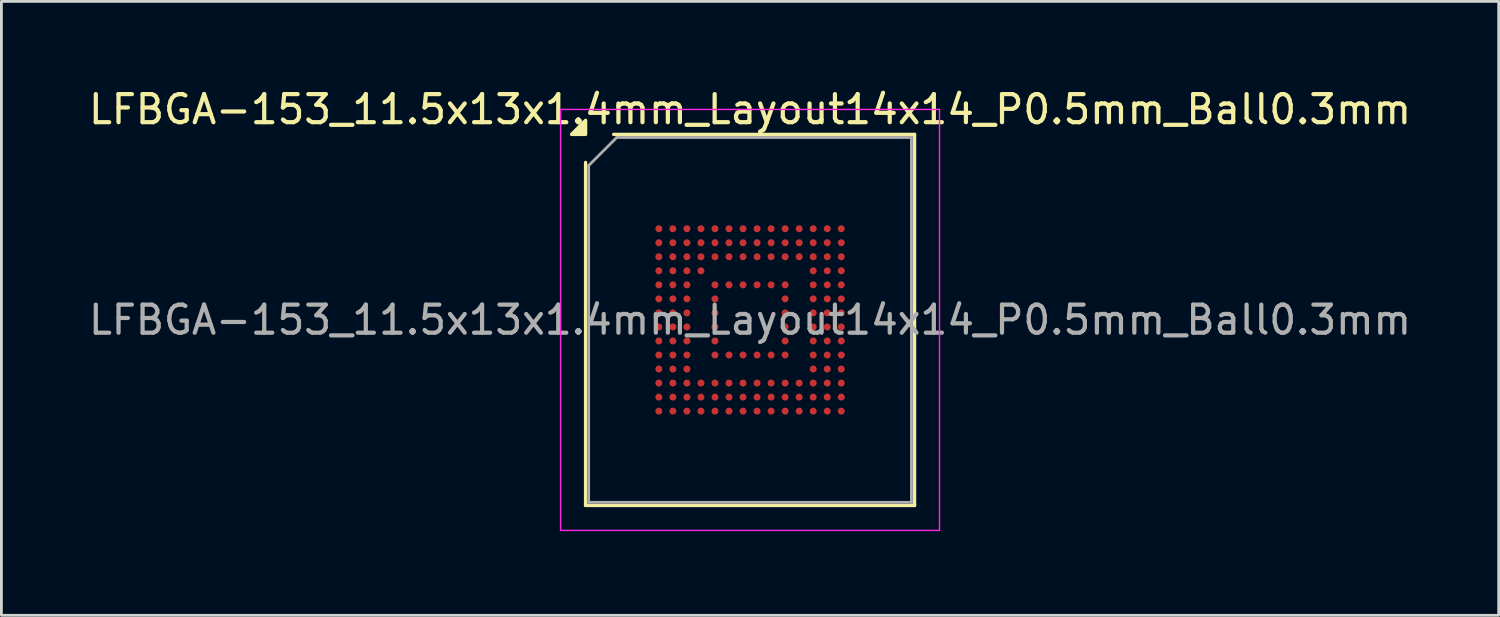
<source format=kicad_pcb>
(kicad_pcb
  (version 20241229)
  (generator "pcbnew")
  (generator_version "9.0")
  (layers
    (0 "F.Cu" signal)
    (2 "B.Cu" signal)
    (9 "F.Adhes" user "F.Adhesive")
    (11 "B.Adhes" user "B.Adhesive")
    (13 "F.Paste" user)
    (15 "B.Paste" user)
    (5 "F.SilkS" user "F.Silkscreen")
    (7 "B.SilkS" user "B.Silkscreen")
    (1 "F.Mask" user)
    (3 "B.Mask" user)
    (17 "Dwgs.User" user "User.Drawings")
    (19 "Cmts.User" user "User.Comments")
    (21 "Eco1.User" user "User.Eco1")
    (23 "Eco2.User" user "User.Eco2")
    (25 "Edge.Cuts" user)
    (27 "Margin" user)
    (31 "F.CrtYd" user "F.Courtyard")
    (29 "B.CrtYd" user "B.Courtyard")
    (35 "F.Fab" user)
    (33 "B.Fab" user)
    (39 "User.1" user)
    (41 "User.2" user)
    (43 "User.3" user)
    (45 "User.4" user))
  (footprint "LFBGA-153_11.5x13x1.4mm_Layout14x14_P0.5mm_Ball0.3mm"
    (layer "F.Cu")
    (at 23.673 8.348)
    (property "Reference" "LFBGA-153_11.5x13x1.4mm_Layout14x14_P0.5mm_Ball0.3mm" (at 0 -7.5 0) (layer "F.SilkS") (effects (font (size 1 1) (thickness 0.15))))
    (attr smd)
    (fp_line (start -5.86 6.61) (end -5.86 -5.61) (stroke (width 0.12) (type solid)) (layer "F.SilkS"))
    (fp_line (start -4.86 -6.61) (end 5.86 -6.61) (stroke (width 0.12) (type solid)) (layer "F.SilkS"))
    (fp_line (start 5.86 -6.61) (end 5.86 6.61) (stroke (width 0.12) (type solid)) (layer "F.SilkS"))
    (fp_line (start 5.86 6.61) (end -5.86 6.61) (stroke (width 0.12) (type solid)) (layer "F.SilkS"))
    (fp_poly (pts (xy -5.86 -6.61) (xy -6.36 -6.61) (xy -5.86 -7.11) (xy -5.86 -6.61)) (stroke (width 0.12) (type solid)) (fill yes) (layer "F.SilkS"))
    (fp_line (start -6.75 -7.5) (end -6.75 7.5) (stroke (width 0.05) (type solid)) (layer "F.CrtYd"))
    (fp_line (start -6.75 7.5) (end 6.75 7.5) (stroke (width 0.05) (type solid)) (layer "F.CrtYd"))
    (fp_line (start 6.75 -7.5) (end -6.75 -7.5) (stroke (width 0.05) (type solid)) (layer "F.CrtYd"))
    (fp_line (start 6.75 7.5) (end 6.75 -7.5) (stroke (width 0.05) (type solid)) (layer "F.CrtYd"))
    (fp_line (start -5.75 -5.5) (end -4.75 -6.5) (stroke (width 0.1) (type solid)) (layer "F.Fab"))
    (fp_line (start -5.75 6.5) (end -5.75 -5.5) (stroke (width 0.1) (type solid)) (layer "F.Fab"))
    (fp_line (start -4.75 -6.5) (end 5.75 -6.5) (stroke (width 0.1) (type solid)) (layer "F.Fab"))
    (fp_line (start 5.75 -6.5) (end 5.75 6.5) (stroke (width 0.1) (type solid)) (layer "F.Fab"))
    (fp_line (start 5.75 6.5) (end -5.75 6.5) (stroke (width 0.1) (type solid)) (layer "F.Fab"))
    (fp_text user "${REFERENCE}" (at 0 0 0) (layer "F.Fab") (effects (font (size 1 1) (thickness 0.15))))
    (pad "A1" smd circle (at -3.25 -3.25) (size 0.25 0.25) (property pad_prop_bga) (layers "F.Cu" "F.Mask" "F.Paste"))
    (pad "A2" smd circle (at -2.75 -3.25) (size 0.25 0.25) (property pad_prop_bga) (layers "F.Cu" "F.Mask" "F.Paste"))
    (pad "A3" smd circle (at -2.25 -3.25) (size 0.25 0.25) (property pad_prop_bga) (layers "F.Cu" "F.Mask" "F.Paste"))
    (pad "A4" smd circle (at -1.75 -3.25) (size 0.25 0.25) (property pad_prop_bga) (layers "F.Cu" "F.Mask" "F.Paste"))
    (pad "A5" smd circle (at -1.25 -3.25) (size 0.25 0.25) (property pad_prop_bga) (layers "F.Cu" "F.Mask" "F.Paste"))
    (pad "A6" smd circle (at -0.75 -3.25) (size 0.25 0.25) (property pad_prop_bga) (layers "F.Cu" "F.Mask" "F.Paste"))
    (pad "A7" smd circle (at -0.25 -3.25) (size 0.25 0.25) (property pad_prop_bga) (layers "F.Cu" "F.Mask" "F.Paste"))
    (pad "A8" smd circle (at 0.25 -3.25) (size 0.25 0.25) (property pad_prop_bga) (layers "F.Cu" "F.Mask" "F.Paste"))
    (pad "A9" smd circle (at 0.75 -3.25) (size 0.25 0.25) (property pad_prop_bga) (layers "F.Cu" "F.Mask" "F.Paste"))
    (pad "A10" smd circle (at 1.25 -3.25) (size 0.25 0.25) (property pad_prop_bga) (layers "F.Cu" "F.Mask" "F.Paste"))
    (pad "A11" smd circle (at 1.75 -3.25) (size 0.25 0.25) (property pad_prop_bga) (layers "F.Cu" "F.Mask" "F.Paste"))
    (pad "A12" smd circle (at 2.25 -3.25) (size 0.25 0.25) (property pad_prop_bga) (layers "F.Cu" "F.Mask" "F.Paste"))
    (pad "A13" smd circle (at 2.75 -3.25) (size 0.25 0.25) (property pad_prop_bga) (layers "F.Cu" "F.Mask" "F.Paste"))
    (pad "A14" smd circle (at 3.25 -3.25) (size 0.25 0.25) (property pad_prop_bga) (layers "F.Cu" "F.Mask" "F.Paste"))
    (pad "B1" smd circle (at -3.25 -2.75) (size 0.25 0.25) (property pad_prop_bga) (layers "F.Cu" "F.Mask" "F.Paste"))
    (pad "B2" smd circle (at -2.75 -2.75) (size 0.25 0.25) (property pad_prop_bga) (layers "F.Cu" "F.Mask" "F.Paste"))
    (pad "B3" smd circle (at -2.25 -2.75) (size 0.25 0.25) (property pad_prop_bga) (layers "F.Cu" "F.Mask" "F.Paste"))
    (pad "B4" smd circle (at -1.75 -2.75) (size 0.25 0.25) (property pad_prop_bga) (layers "F.Cu" "F.Mask" "F.Paste"))
    (pad "B5" smd circle (at -1.25 -2.75) (size 0.25 0.25) (property pad_prop_bga) (layers "F.Cu" "F.Mask" "F.Paste"))
    (pad "B6" smd circle (at -0.75 -2.75) (size 0.25 0.25) (property pad_prop_bga) (layers "F.Cu" "F.Mask" "F.Paste"))
    (pad "B7" smd circle (at -0.25 -2.75) (size 0.25 0.25) (property pad_prop_bga) (layers "F.Cu" "F.Mask" "F.Paste"))
    (pad "B8" smd circle (at 0.25 -2.75) (size 0.25 0.25) (property pad_prop_bga) (layers "F.Cu" "F.Mask" "F.Paste"))
    (pad "B9" smd circle (at 0.75 -2.75) (size 0.25 0.25) (property pad_prop_bga) (layers "F.Cu" "F.Mask" "F.Paste"))
    (pad "B10" smd circle (at 1.25 -2.75) (size 0.25 0.25) (property pad_prop_bga) (layers "F.Cu" "F.Mask" "F.Paste"))
    (pad "B11" smd circle (at 1.75 -2.75) (size 0.25 0.25) (property pad_prop_bga) (layers "F.Cu" "F.Mask" "F.Paste"))
    (pad "B12" smd circle (at 2.25 -2.75) (size 0.25 0.25) (property pad_prop_bga) (layers "F.Cu" "F.Mask" "F.Paste"))
    (pad "B13" smd circle (at 2.75 -2.75) (size 0.25 0.25) (property pad_prop_bga) (layers "F.Cu" "F.Mask" "F.Paste"))
    (pad "B14" smd circle (at 3.25 -2.75) (size 0.25 0.25) (property pad_prop_bga) (layers "F.Cu" "F.Mask" "F.Paste"))
    (pad "C1" smd circle (at -3.25 -2.25) (size 0.25 0.25) (property pad_prop_bga) (layers "F.Cu" "F.Mask" "F.Paste"))
    (pad "C2" smd circle (at -2.75 -2.25) (size 0.25 0.25) (property pad_prop_bga) (layers "F.Cu" "F.Mask" "F.Paste"))
    (pad "C3" smd circle (at -2.25 -2.25) (size 0.25 0.25) (property pad_prop_bga) (layers "F.Cu" "F.Mask" "F.Paste"))
    (pad "C4" smd circle (at -1.75 -2.25) (size 0.25 0.25) (property pad_prop_bga) (layers "F.Cu" "F.Mask" "F.Paste"))
    (pad "C5" smd circle (at -1.25 -2.25) (size 0.25 0.25) (property pad_prop_bga) (layers "F.Cu" "F.Mask" "F.Paste"))
    (pad "C6" smd circle (at -0.75 -2.25) (size 0.25 0.25) (property pad_prop_bga) (layers "F.Cu" "F.Mask" "F.Paste"))
    (pad "C7" smd circle (at -0.25 -2.25) (size 0.25 0.25) (property pad_prop_bga) (layers "F.Cu" "F.Mask" "F.Paste"))
    (pad "C8" smd circle (at 0.25 -2.25) (size 0.25 0.25) (property pad_prop_bga) (layers "F.Cu" "F.Mask" "F.Paste"))
    (pad "C9" smd circle (at 0.75 -2.25) (size 0.25 0.25) (property pad_prop_bga) (layers "F.Cu" "F.Mask" "F.Paste"))
    (pad "C10" smd circle (at 1.25 -2.25) (size 0.25 0.25) (property pad_prop_bga) (layers "F.Cu" "F.Mask" "F.Paste"))
    (pad "C11" smd circle (at 1.75 -2.25) (size 0.25 0.25) (property pad_prop_bga) (layers "F.Cu" "F.Mask" "F.Paste"))
    (pad "C12" smd circle (at 2.25 -2.25) (size 0.25 0.25) (property pad_prop_bga) (layers "F.Cu" "F.Mask" "F.Paste"))
    (pad "C13" smd circle (at 2.75 -2.25) (size 0.25 0.25) (property pad_prop_bga) (layers "F.Cu" "F.Mask" "F.Paste"))
    (pad "C14" smd circle (at 3.25 -2.25) (size 0.25 0.25) (property pad_prop_bga) (layers "F.Cu" "F.Mask" "F.Paste"))
    (pad "D1" smd circle (at -3.25 -1.75) (size 0.25 0.25) (property pad_prop_bga) (layers "F.Cu" "F.Mask" "F.Paste"))
    (pad "D2" smd circle (at -2.75 -1.75) (size 0.25 0.25) (property pad_prop_bga) (layers "F.Cu" "F.Mask" "F.Paste"))
    (pad "D3" smd circle (at -2.25 -1.75) (size 0.25 0.25) (property pad_prop_bga) (layers "F.Cu" "F.Mask" "F.Paste"))
    (pad "D4" smd circle (at -1.75 -1.75) (size 0.25 0.25) (property pad_prop_bga) (layers "F.Cu" "F.Mask" "F.Paste"))
    (pad "D12" smd circle (at 2.25 -1.75) (size 0.25 0.25) (property pad_prop_bga) (layers "F.Cu" "F.Mask" "F.Paste"))
    (pad "D13" smd circle (at 2.75 -1.75) (size 0.25 0.25) (property pad_prop_bga) (layers "F.Cu" "F.Mask" "F.Paste"))
    (pad "D14" smd circle (at 3.25 -1.75) (size 0.25 0.25) (property pad_prop_bga) (layers "F.Cu" "F.Mask" "F.Paste"))
    (pad "E1" smd circle (at -3.25 -1.25) (size 0.25 0.25) (property pad_prop_bga) (layers "F.Cu" "F.Mask" "F.Paste"))
    (pad "E2" smd circle (at -2.75 -1.25) (size 0.25 0.25) (property pad_prop_bga) (layers "F.Cu" "F.Mask" "F.Paste"))
    (pad "E3" smd circle (at -2.25 -1.25) (size 0.25 0.25) (property pad_prop_bga) (layers "F.Cu" "F.Mask" "F.Paste"))
    (pad "E5" smd circle (at -1.25 -1.25) (size 0.25 0.25) (property pad_prop_bga) (layers "F.Cu" "F.Mask" "F.Paste"))
    (pad "E6" smd circle (at -0.75 -1.25) (size 0.25 0.25) (property pad_prop_bga) (layers "F.Cu" "F.Mask" "F.Paste"))
    (pad "E7" smd circle (at -0.25 -1.25) (size 0.25 0.25) (property pad_prop_bga) (layers "F.Cu" "F.Mask" "F.Paste"))
    (pad "E8" smd circle (at 0.25 -1.25) (size 0.25 0.25) (property pad_prop_bga) (layers "F.Cu" "F.Mask" "F.Paste"))
    (pad "E9" smd circle (at 0.75 -1.25) (size 0.25 0.25) (property pad_prop_bga) (layers "F.Cu" "F.Mask" "F.Paste"))
    (pad "E10" smd circle (at 1.25 -1.25) (size 0.25 0.25) (property pad_prop_bga) (layers "F.Cu" "F.Mask" "F.Paste"))
    (pad "E12" smd circle (at 2.25 -1.25) (size 0.25 0.25) (property pad_prop_bga) (layers "F.Cu" "F.Mask" "F.Paste"))
    (pad "E13" smd circle (at 2.75 -1.25) (size 0.25 0.25) (property pad_prop_bga) (layers "F.Cu" "F.Mask" "F.Paste"))
    (pad "E14" smd circle (at 3.25 -1.25) (size 0.25 0.25) (property pad_prop_bga) (layers "F.Cu" "F.Mask" "F.Paste"))
    (pad "F1" smd circle (at -3.25 -0.75) (size 0.25 0.25) (property pad_prop_bga) (layers "F.Cu" "F.Mask" "F.Paste"))
    (pad "F2" smd circle (at -2.75 -0.75) (size 0.25 0.25) (property pad_prop_bga) (layers "F.Cu" "F.Mask" "F.Paste"))
    (pad "F3" smd circle (at -2.25 -0.75) (size 0.25 0.25) (property pad_prop_bga) (layers "F.Cu" "F.Mask" "F.Paste"))
    (pad "F5" smd circle (at -1.25 -0.75) (size 0.25 0.25) (property pad_prop_bga) (layers "F.Cu" "F.Mask" "F.Paste"))
    (pad "F10" smd circle (at 1.25 -0.75) (size 0.25 0.25) (property pad_prop_bga) (layers "F.Cu" "F.Mask" "F.Paste"))
    (pad "F12" smd circle (at 2.25 -0.75) (size 0.25 0.25) (property pad_prop_bga) (layers "F.Cu" "F.Mask" "F.Paste"))
    (pad "F13" smd circle (at 2.75 -0.75) (size 0.25 0.25) (property pad_prop_bga) (layers "F.Cu" "F.Mask" "F.Paste"))
    (pad "F14" smd circle (at 3.25 -0.75) (size 0.25 0.25) (property pad_prop_bga) (layers "F.Cu" "F.Mask" "F.Paste"))
    (pad "G1" smd circle (at -3.25 -0.25) (size 0.25 0.25) (property pad_prop_bga) (layers "F.Cu" "F.Mask" "F.Paste"))
    (pad "G2" smd circle (at -2.75 -0.25) (size 0.25 0.25) (property pad_prop_bga) (layers "F.Cu" "F.Mask" "F.Paste"))
    (pad "G3" smd circle (at -2.25 -0.25) (size 0.25 0.25) (property pad_prop_bga) (layers "F.Cu" "F.Mask" "F.Paste"))
    (pad "G5" smd circle (at -1.25 -0.25) (size 0.25 0.25) (property pad_prop_bga) (layers "F.Cu" "F.Mask" "F.Paste"))
    (pad "G10" smd circle (at 1.25 -0.25) (size 0.25 0.25) (property pad_prop_bga) (layers "F.Cu" "F.Mask" "F.Paste"))
    (pad "G12" smd circle (at 2.25 -0.25) (size 0.25 0.25) (property pad_prop_bga) (layers "F.Cu" "F.Mask" "F.Paste"))
    (pad "G13" smd circle (at 2.75 -0.25) (size 0.25 0.25) (property pad_prop_bga) (layers "F.Cu" "F.Mask" "F.Paste"))
    (pad "G14" smd circle (at 3.25 -0.25) (size 0.25 0.25) (property pad_prop_bga) (layers "F.Cu" "F.Mask" "F.Paste"))
    (pad "H1" smd circle (at -3.25 0.25) (size 0.25 0.25) (property pad_prop_bga) (layers "F.Cu" "F.Mask" "F.Paste"))
    (pad "H2" smd circle (at -2.75 0.25) (size 0.25 0.25) (property pad_prop_bga) (layers "F.Cu" "F.Mask" "F.Paste"))
    (pad "H3" smd circle (at -2.25 0.25) (size 0.25 0.25) (property pad_prop_bga) (layers "F.Cu" "F.Mask" "F.Paste"))
    (pad "H5" smd circle (at -1.25 0.25) (size 0.25 0.25) (property pad_prop_bga) (layers "F.Cu" "F.Mask" "F.Paste"))
    (pad "H10" smd circle (at 1.25 0.25) (size 0.25 0.25) (property pad_prop_bga) (layers "F.Cu" "F.Mask" "F.Paste"))
    (pad "H12" smd circle (at 2.25 0.25) (size 0.25 0.25) (property pad_prop_bga) (layers "F.Cu" "F.Mask" "F.Paste"))
    (pad "H13" smd circle (at 2.75 0.25) (size 0.25 0.25) (property pad_prop_bga) (layers "F.Cu" "F.Mask" "F.Paste"))
    (pad "H14" smd circle (at 3.25 0.25) (size 0.25 0.25) (property pad_prop_bga) (layers "F.Cu" "F.Mask" "F.Paste"))
    (pad "J1" smd circle (at -3.25 0.75) (size 0.25 0.25) (property pad_prop_bga) (layers "F.Cu" "F.Mask" "F.Paste"))
    (pad "J2" smd circle (at -2.75 0.75) (size 0.25 0.25) (property pad_prop_bga) (layers "F.Cu" "F.Mask" "F.Paste"))
    (pad "J3" smd circle (at -2.25 0.75) (size 0.25 0.25) (property pad_prop_bga) (layers "F.Cu" "F.Mask" "F.Paste"))
    (pad "J5" smd circle (at -1.25 0.75) (size 0.25 0.25) (property pad_prop_bga) (layers "F.Cu" "F.Mask" "F.Paste"))
    (pad "J10" smd circle (at 1.25 0.75) (size 0.25 0.25) (property pad_prop_bga) (layers "F.Cu" "F.Mask" "F.Paste"))
    (pad "J12" smd circle (at 2.25 0.75) (size 0.25 0.25) (property pad_prop_bga) (layers "F.Cu" "F.Mask" "F.Paste"))
    (pad "J13" smd circle (at 2.75 0.75) (size 0.25 0.25) (property pad_prop_bga) (layers "F.Cu" "F.Mask" "F.Paste"))
    (pad "J14" smd circle (at 3.25 0.75) (size 0.25 0.25) (property pad_prop_bga) (layers "F.Cu" "F.Mask" "F.Paste"))
    (pad "K1" smd circle (at -3.25 1.25) (size 0.25 0.25) (property pad_prop_bga) (layers "F.Cu" "F.Mask" "F.Paste"))
    (pad "K2" smd circle (at -2.75 1.25) (size 0.25 0.25) (property pad_prop_bga) (layers "F.Cu" "F.Mask" "F.Paste"))
    (pad "K3" smd circle (at -2.25 1.25) (size 0.25 0.25) (property pad_prop_bga) (layers "F.Cu" "F.Mask" "F.Paste"))
    (pad "K5" smd circle (at -1.25 1.25) (size 0.25 0.25) (property pad_prop_bga) (layers "F.Cu" "F.Mask" "F.Paste"))
    (pad "K6" smd circle (at -0.75 1.25) (size 0.25 0.25) (property pad_prop_bga) (layers "F.Cu" "F.Mask" "F.Paste"))
    (pad "K7" smd circle (at -0.25 1.25) (size 0.25 0.25) (property pad_prop_bga) (layers "F.Cu" "F.Mask" "F.Paste"))
    (pad "K8" smd circle (at 0.25 1.25) (size 0.25 0.25) (property pad_prop_bga) (layers "F.Cu" "F.Mask" "F.Paste"))
    (pad "K9" smd circle (at 0.75 1.25) (size 0.25 0.25) (property pad_prop_bga) (layers "F.Cu" "F.Mask" "F.Paste"))
    (pad "K10" smd circle (at 1.25 1.25) (size 0.25 0.25) (property pad_prop_bga) (layers "F.Cu" "F.Mask" "F.Paste"))
    (pad "K12" smd circle (at 2.25 1.25) (size 0.25 0.25) (property pad_prop_bga) (layers "F.Cu" "F.Mask" "F.Paste"))
    (pad "K13" smd circle (at 2.75 1.25) (size 0.25 0.25) (property pad_prop_bga) (layers "F.Cu" "F.Mask" "F.Paste"))
    (pad "K14" smd circle (at 3.25 1.25) (size 0.25 0.25) (property pad_prop_bga) (layers "F.Cu" "F.Mask" "F.Paste"))
    (pad "L1" smd circle (at -3.25 1.75) (size 0.25 0.25) (property pad_prop_bga) (layers "F.Cu" "F.Mask" "F.Paste"))
    (pad "L2" smd circle (at -2.75 1.75) (size 0.25 0.25) (property pad_prop_bga) (layers "F.Cu" "F.Mask" "F.Paste"))
    (pad "L3" smd circle (at -2.25 1.75) (size 0.25 0.25) (property pad_prop_bga) (layers "F.Cu" "F.Mask" "F.Paste"))
    (pad "L12" smd circle (at 2.25 1.75) (size 0.25 0.25) (property pad_prop_bga) (layers "F.Cu" "F.Mask" "F.Paste"))
    (pad "L13" smd circle (at 2.75 1.75) (size 0.25 0.25) (property pad_prop_bga) (layers "F.Cu" "F.Mask" "F.Paste"))
    (pad "L14" smd circle (at 3.25 1.75) (size 0.25 0.25) (property pad_prop_bga) (layers "F.Cu" "F.Mask" "F.Paste"))
    (pad "M1" smd circle (at -3.25 2.25) (size 0.25 0.25) (property pad_prop_bga) (layers "F.Cu" "F.Mask" "F.Paste"))
    (pad "M2" smd circle (at -2.75 2.25) (size 0.25 0.25) (property pad_prop_bga) (layers "F.Cu" "F.Mask" "F.Paste"))
    (pad "M3" smd circle (at -2.25 2.25) (size 0.25 0.25) (property pad_prop_bga) (layers "F.Cu" "F.Mask" "F.Paste"))
    (pad "M4" smd circle (at -1.75 2.25) (size 0.25 0.25) (property pad_prop_bga) (layers "F.Cu" "F.Mask" "F.Paste"))
    (pad "M5" smd circle (at -1.25 2.25) (size 0.25 0.25) (property pad_prop_bga) (layers "F.Cu" "F.Mask" "F.Paste"))
    (pad "M6" smd circle (at -0.75 2.25) (size 0.25 0.25) (property pad_prop_bga) (layers "F.Cu" "F.Mask" "F.Paste"))
    (pad "M7" smd circle (at -0.25 2.25) (size 0.25 0.25) (property pad_prop_bga) (layers "F.Cu" "F.Mask" "F.Paste"))
    (pad "M8" smd circle (at 0.25 2.25) (size 0.25 0.25) (property pad_prop_bga) (layers "F.Cu" "F.Mask" "F.Paste"))
    (pad "M9" smd circle (at 0.75 2.25) (size 0.25 0.25) (property pad_prop_bga) (layers "F.Cu" "F.Mask" "F.Paste"))
    (pad "M10" smd circle (at 1.25 2.25) (size 0.25 0.25) (property pad_prop_bga) (layers "F.Cu" "F.Mask" "F.Paste"))
    (pad "M11" smd circle (at 1.75 2.25) (size 0.25 0.25) (property pad_prop_bga) (layers "F.Cu" "F.Mask" "F.Paste"))
    (pad "M12" smd circle (at 2.25 2.25) (size 0.25 0.25) (property pad_prop_bga) (layers "F.Cu" "F.Mask" "F.Paste"))
    (pad "M13" smd circle (at 2.75 2.25) (size 0.25 0.25) (property pad_prop_bga) (layers "F.Cu" "F.Mask" "F.Paste"))
    (pad "M14" smd circle (at 3.25 2.25) (size 0.25 0.25) (property pad_prop_bga) (layers "F.Cu" "F.Mask" "F.Paste"))
    (pad "N1" smd circle (at -3.25 2.75) (size 0.25 0.25) (property pad_prop_bga) (layers "F.Cu" "F.Mask" "F.Paste"))
    (pad "N2" smd circle (at -2.75 2.75) (size 0.25 0.25) (property pad_prop_bga) (layers "F.Cu" "F.Mask" "F.Paste"))
    (pad "N3" smd circle (at -2.25 2.75) (size 0.25 0.25) (property pad_prop_bga) (layers "F.Cu" "F.Mask" "F.Paste"))
    (pad "N4" smd circle (at -1.75 2.75) (size 0.25 0.25) (property pad_prop_bga) (layers "F.Cu" "F.Mask" "F.Paste"))
    (pad "N5" smd circle (at -1.25 2.75) (size 0.25 0.25) (property pad_prop_bga) (layers "F.Cu" "F.Mask" "F.Paste"))
    (pad "N6" smd circle (at -0.75 2.75) (size 0.25 0.25) (property pad_prop_bga) (layers "F.Cu" "F.Mask" "F.Paste"))
    (pad "N7" smd circle (at -0.25 2.75) (size 0.25 0.25) (property pad_prop_bga) (layers "F.Cu" "F.Mask" "F.Paste"))
    (pad "N8" smd circle (at 0.25 2.75) (size 0.25 0.25) (property pad_prop_bga) (layers "F.Cu" "F.Mask" "F.Paste"))
    (pad "N9" smd circle (at 0.75 2.75) (size 0.25 0.25) (property pad_prop_bga) (layers "F.Cu" "F.Mask" "F.Paste"))
    (pad "N10" smd circle (at 1.25 2.75) (size 0.25 0.25) (property pad_prop_bga) (layers "F.Cu" "F.Mask" "F.Paste"))
    (pad "N11" smd circle (at 1.75 2.75) (size 0.25 0.25) (property pad_prop_bga) (layers "F.Cu" "F.Mask" "F.Paste"))
    (pad "N12" smd circle (at 2.25 2.75) (size 0.25 0.25) (property pad_prop_bga) (layers "F.Cu" "F.Mask" "F.Paste"))
    (pad "N13" smd circle (at 2.75 2.75) (size 0.25 0.25) (property pad_prop_bga) (layers "F.Cu" "F.Mask" "F.Paste"))
    (pad "N14" smd circle (at 3.25 2.75) (size 0.25 0.25) (property pad_prop_bga) (layers "F.Cu" "F.Mask" "F.Paste"))
    (pad "P1" smd circle (at -3.25 3.25) (size 0.25 0.25) (property pad_prop_bga) (layers "F.Cu" "F.Mask" "F.Paste"))
    (pad "P2" smd circle (at -2.75 3.25) (size 0.25 0.25) (property pad_prop_bga) (layers "F.Cu" "F.Mask" "F.Paste"))
    (pad "P3" smd circle (at -2.25 3.25) (size 0.25 0.25) (property pad_prop_bga) (layers "F.Cu" "F.Mask" "F.Paste"))
    (pad "P4" smd circle (at -1.75 3.25) (size 0.25 0.25) (property pad_prop_bga) (layers "F.Cu" "F.Mask" "F.Paste"))
    (pad "P5" smd circle (at -1.25 3.25) (size 0.25 0.25) (property pad_prop_bga) (layers "F.Cu" "F.Mask" "F.Paste"))
    (pad "P6" smd circle (at -0.75 3.25) (size 0.25 0.25) (property pad_prop_bga) (layers "F.Cu" "F.Mask" "F.Paste"))
    (pad "P7" smd circle (at -0.25 3.25) (size 0.25 0.25) (property pad_prop_bga) (layers "F.Cu" "F.Mask" "F.Paste"))
    (pad "P8" smd circle (at 0.25 3.25) (size 0.25 0.25) (property pad_prop_bga) (layers "F.Cu" "F.Mask" "F.Paste"))
    (pad "P9" smd circle (at 0.75 3.25) (size 0.25 0.25) (property pad_prop_bga) (layers "F.Cu" "F.Mask" "F.Paste"))
    (pad "P10" smd circle (at 1.25 3.25) (size 0.25 0.25) (property pad_prop_bga) (layers "F.Cu" "F.Mask" "F.Paste"))
    (pad "P11" smd circle (at 1.75 3.25) (size 0.25 0.25) (property pad_prop_bga) (layers "F.Cu" "F.Mask" "F.Paste"))
    (pad "P12" smd circle (at 2.25 3.25) (size 0.25 0.25) (property pad_prop_bga) (layers "F.Cu" "F.Mask" "F.Paste"))
    (pad "P13" smd circle (at 2.75 3.25) (size 0.25 0.25) (property pad_prop_bga) (layers "F.Cu" "F.Mask" "F.Paste"))
    (pad "P14" smd circle (at 3.25 3.25) (size 0.25 0.25) (property pad_prop_bga) (layers "F.Cu" "F.Mask" "F.Paste")))
  (gr_rect
    (start -3 -3)
    (end 50.345 18.873)
    (stroke (width 0.1) (type default))
    (fill no)
    (layer "Edge.Cuts")))
</source>
